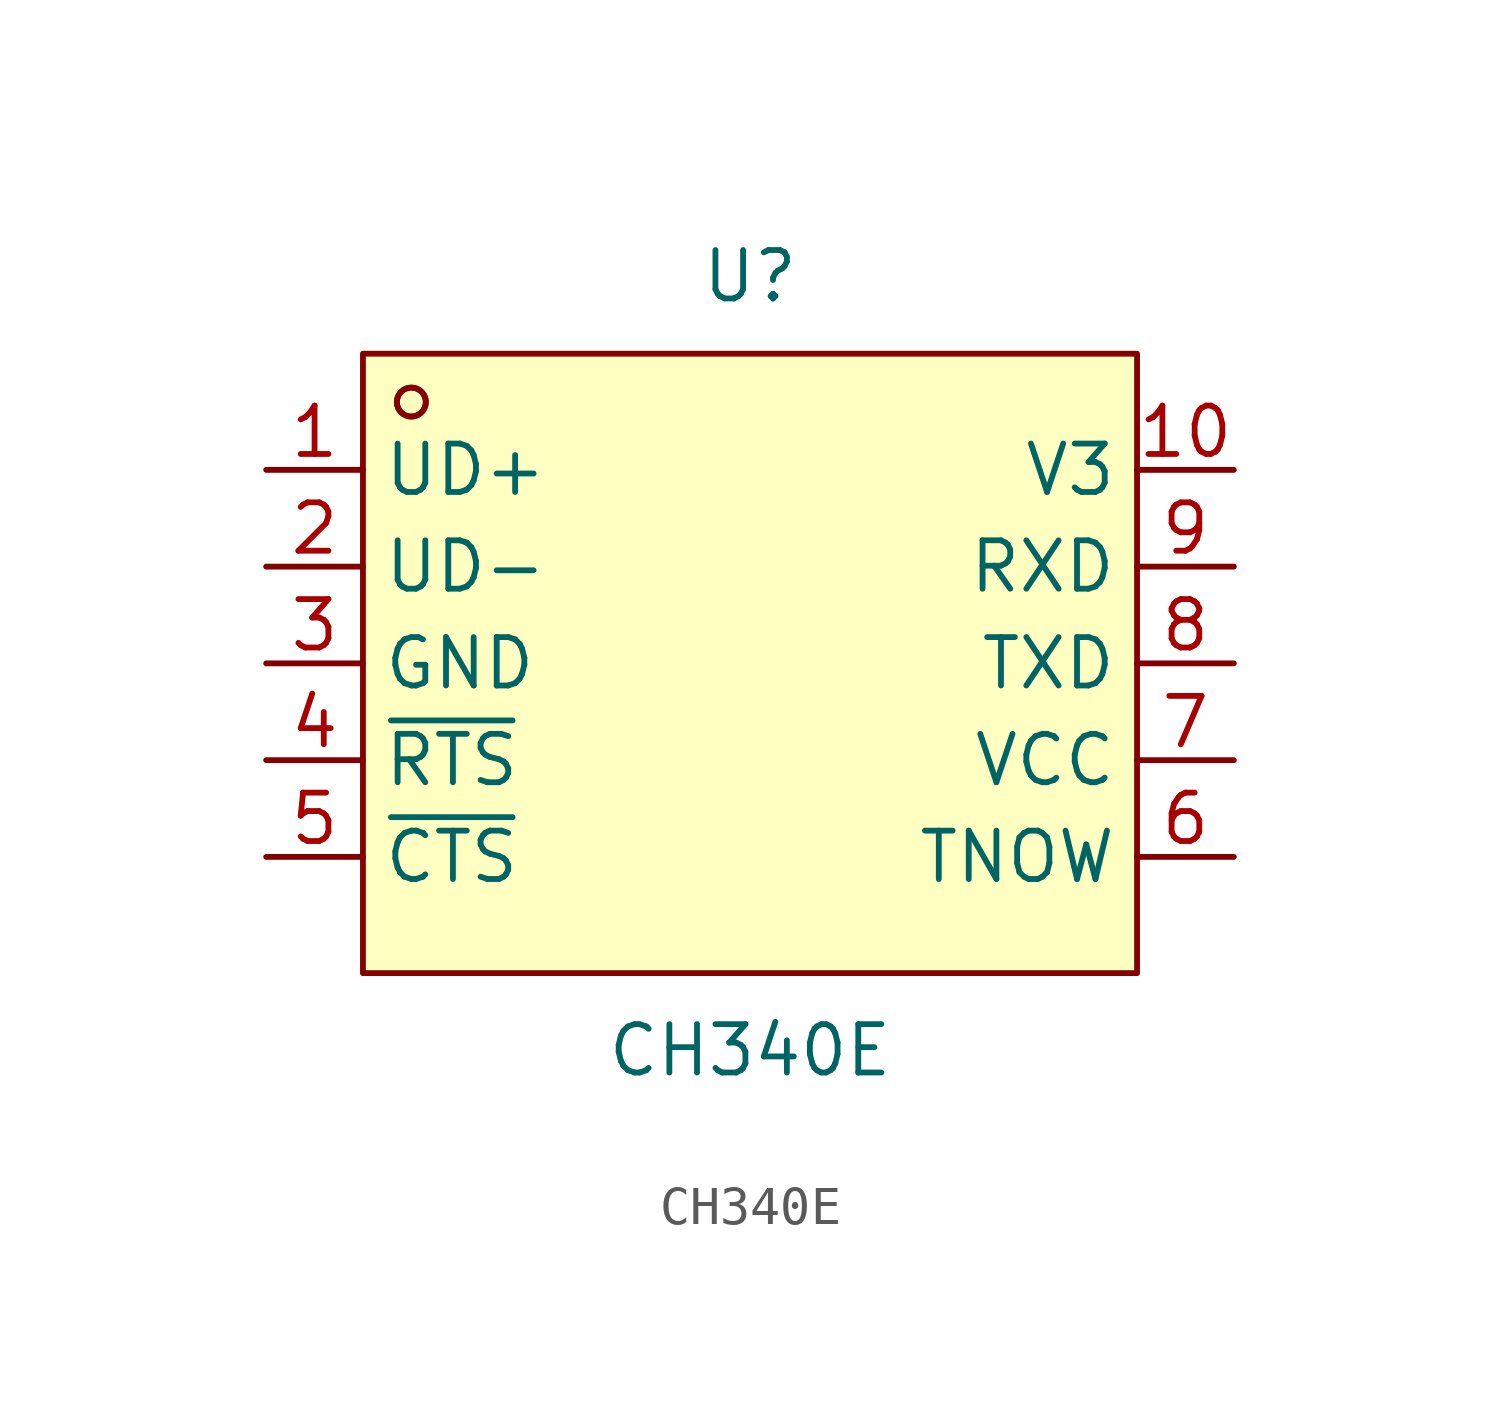
<source format=kicad_sym>
(kicad_symbol_lib
  (version 20211014)
  (generator https://github.com/uPesy/easyeda2kicad.py)
  (symbol "CH340E"
    (property "Reference" "U"
      (at 0 10.16 0)
      (effects (font (size 1.27 1.27))))
    (property "Value" "CH340E"
      (at 0 -10.16 0)
      (effects (font (size 1.27 1.27))))
    (symbol "CH340E_0_1"
      (rectangle (start -10.16 8.13) (end 10.16 -8.13) (stroke (width 0) (type default) (color 0 0 0 0)) (fill (type background)))
      (circle (center -8.89 6.86) (radius 0.38) (stroke (width 0) (type default) (color 0 0 0 0)) (fill (type none)))
      (circle (center -8.89 6.86) (radius 0.38) (stroke (width 0) (type default) (color 0 0 0 0)) (fill (type none)))
      (pin unspecified line (at -12.70 5.08 0) (length 2.54) (name "UD+" (effects (font (size 1.27 1.27)))) (number "1" (effects (font (size 1.27 1.27)))))
      (pin unspecified line (at -12.70 2.54 0) (length 2.54) (name "UD-" (effects (font (size 1.27 1.27)))) (number "2" (effects (font (size 1.27 1.27)))))
      (pin unspecified line (at -12.70 -0.00 0) (length 2.54) (name "GND" (effects (font (size 1.27 1.27)))) (number "3" (effects (font (size 1.27 1.27)))))
      (pin unspecified line (at -12.70 -2.54 0) (length 2.54) (name "~{RTS}" (effects (font (size 1.27 1.27)))) (number "4" (effects (font (size 1.27 1.27)))))
      (pin unspecified line (at -12.70 -5.08 0) (length 2.54) (name "~{CTS}" (effects (font (size 1.27 1.27)))) (number "5" (effects (font (size 1.27 1.27)))))
      (pin unspecified line (at 12.70 -5.08 180) (length 2.54) (name "TNOW" (effects (font (size 1.27 1.27)))) (number "6" (effects (font (size 1.27 1.27)))))
      (pin unspecified line (at 12.70 -2.54 180) (length 2.54) (name "VCC" (effects (font (size 1.27 1.27)))) (number "7" (effects (font (size 1.27 1.27)))))
      (pin unspecified line (at 12.70 -0.00 180) (length 2.54) (name "TXD" (effects (font (size 1.27 1.27)))) (number "8" (effects (font (size 1.27 1.27)))))
      (pin unspecified line (at 12.70 2.54 180) (length 2.54) (name "RXD" (effects (font (size 1.27 1.27)))) (number "9" (effects (font (size 1.27 1.27)))))
      (pin unspecified line (at 12.70 5.08 180) (length 2.54) (name "V3" (effects (font (size 1.27 1.27)))) (number "10" (effects (font (size 1.27 1.27))))))))
</source>
